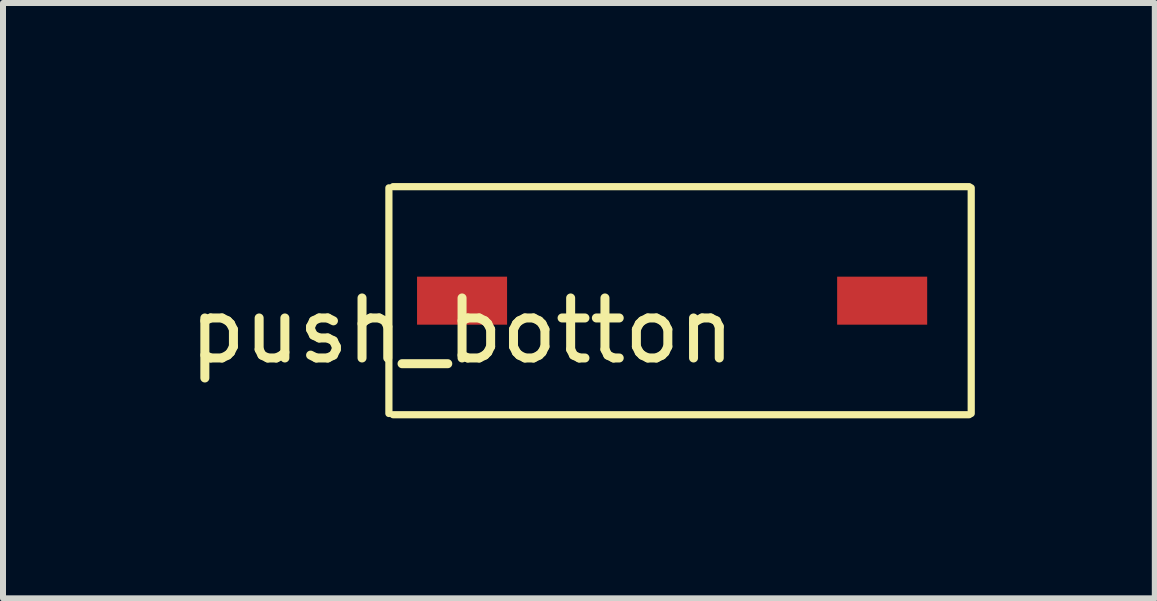
<source format=kicad_pcb>
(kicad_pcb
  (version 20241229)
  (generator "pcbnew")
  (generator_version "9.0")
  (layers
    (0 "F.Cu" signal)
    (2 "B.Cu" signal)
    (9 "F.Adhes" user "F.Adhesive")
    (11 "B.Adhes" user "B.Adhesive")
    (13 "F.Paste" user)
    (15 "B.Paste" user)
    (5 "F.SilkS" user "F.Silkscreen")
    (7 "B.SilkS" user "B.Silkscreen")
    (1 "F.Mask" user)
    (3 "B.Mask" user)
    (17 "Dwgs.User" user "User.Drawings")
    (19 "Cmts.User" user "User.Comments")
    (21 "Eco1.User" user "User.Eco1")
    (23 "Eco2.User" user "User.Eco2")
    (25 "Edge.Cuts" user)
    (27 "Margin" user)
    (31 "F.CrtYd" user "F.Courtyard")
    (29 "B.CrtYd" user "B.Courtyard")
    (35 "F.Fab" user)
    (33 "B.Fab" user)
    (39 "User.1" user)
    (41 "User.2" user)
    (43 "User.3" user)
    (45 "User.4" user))
  (footprint "push_botton"
    (layer "F.Cu")
    (at 4.649 1.96)
    (property "Reference" "push_botton" (at 0 0.5 0) (layer "F.SilkS") (effects (font (size 1 1) (thickness 0.15))))
    (attr through_hole)
    (fp_line (start -1.219 -1.88) (end -1.219 1.88) (stroke (width 0.12) (type solid)) (layer "F.SilkS"))
    (fp_line (start -1.15 -1.9) (end 8.45 -1.9) (stroke (width 0.12) (type solid)) (layer "F.SilkS"))
    (fp_line (start -1.15 1.9) (end 8.45 1.9) (stroke (width 0.12) (type solid)) (layer "F.SilkS"))
    (fp_line (start 8.484 -1.88) (end 8.484 1.88) (stroke (width 0.12) (type solid)) (layer "F.SilkS"))
    (pad "1" smd rect (at 0 0) (size 1.5 0.8) (layers "F.Cu" "F.Mask" "F.Paste"))
    (pad "2" smd rect (at 7 0) (size 1.5 0.8) (layers "F.Cu" "F.Mask" "F.Paste")))
  (gr_rect
    (start -3 -3)
    (end 16.192 6.92)
    (stroke (width 0.1) (type default))
    (fill no)
    (layer "Edge.Cuts")))
</source>
